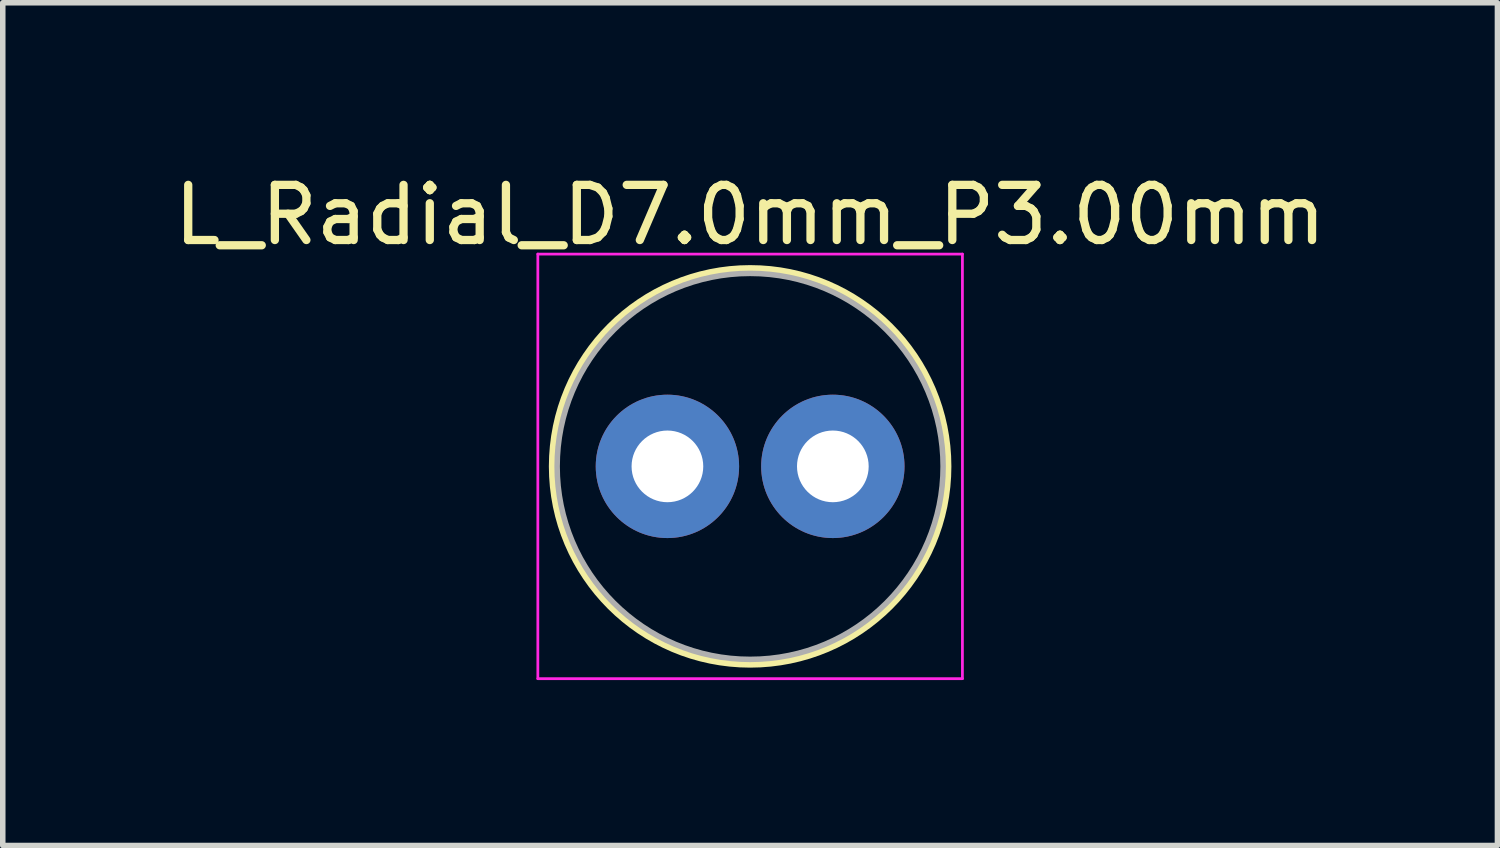
<source format=kicad_pcb>
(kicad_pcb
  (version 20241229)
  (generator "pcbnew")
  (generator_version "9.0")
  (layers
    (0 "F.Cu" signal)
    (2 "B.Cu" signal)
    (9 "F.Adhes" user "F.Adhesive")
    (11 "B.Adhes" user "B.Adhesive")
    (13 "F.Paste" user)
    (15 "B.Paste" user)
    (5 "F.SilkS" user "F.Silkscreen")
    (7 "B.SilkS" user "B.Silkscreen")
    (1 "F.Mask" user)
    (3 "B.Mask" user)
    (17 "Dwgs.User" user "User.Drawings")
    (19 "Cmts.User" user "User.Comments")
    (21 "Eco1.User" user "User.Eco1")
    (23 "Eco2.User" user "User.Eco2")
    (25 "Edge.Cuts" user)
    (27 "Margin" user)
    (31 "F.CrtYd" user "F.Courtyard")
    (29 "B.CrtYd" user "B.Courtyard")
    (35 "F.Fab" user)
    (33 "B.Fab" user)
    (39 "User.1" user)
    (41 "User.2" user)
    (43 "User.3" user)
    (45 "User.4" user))
  (footprint "L_Radial_D7.0mm_P3.00mm"
    (layer "F.Cu")
    (at 9.054 5.408)
    (property "Reference" "L_Radial_D7.0mm_P3.00mm" (at 1.5 -4.56 0) (layer "F.SilkS") (effects (font (size 1 1) (thickness 0.15))))
    (attr through_hole)
    (fp_circle (center 1.5 0) (end 5.09 0) (stroke (width 0.12) (type solid)) (fill no) (layer "F.SilkS"))
    (fp_line (start -2.35 -3.85) (end -2.35 3.85) (stroke (width 0.05) (type solid)) (layer "F.CrtYd"))
    (fp_line (start -2.35 3.85) (end 5.35 3.85) (stroke (width 0.05) (type solid)) (layer "F.CrtYd"))
    (fp_line (start 5.35 -3.85) (end -2.35 -3.85) (stroke (width 0.05) (type solid)) (layer "F.CrtYd"))
    (fp_line (start 5.35 3.85) (end 5.35 -3.85) (stroke (width 0.05) (type solid)) (layer "F.CrtYd"))
    (fp_circle (center 1.5 0) (end 5 0) (stroke (width 0.1) (type solid)) (fill no) (layer "F.Fab"))
    (pad "1" thru_hole circle (at 0 0) (size 2.6 2.6) (drill 1.3) (layers "*.Mask" "B.Cu"))
    (pad "2" thru_hole circle (at 3 0) (size 2.6 2.6) (drill 1.3) (layers "*.Mask" "B.Cu")))
  (gr_rect
    (start -3 -3)
    (end 24.107 12.283)
    (stroke (width 0.1) (type default))
    (fill no)
    (layer "Edge.Cuts")))
</source>
